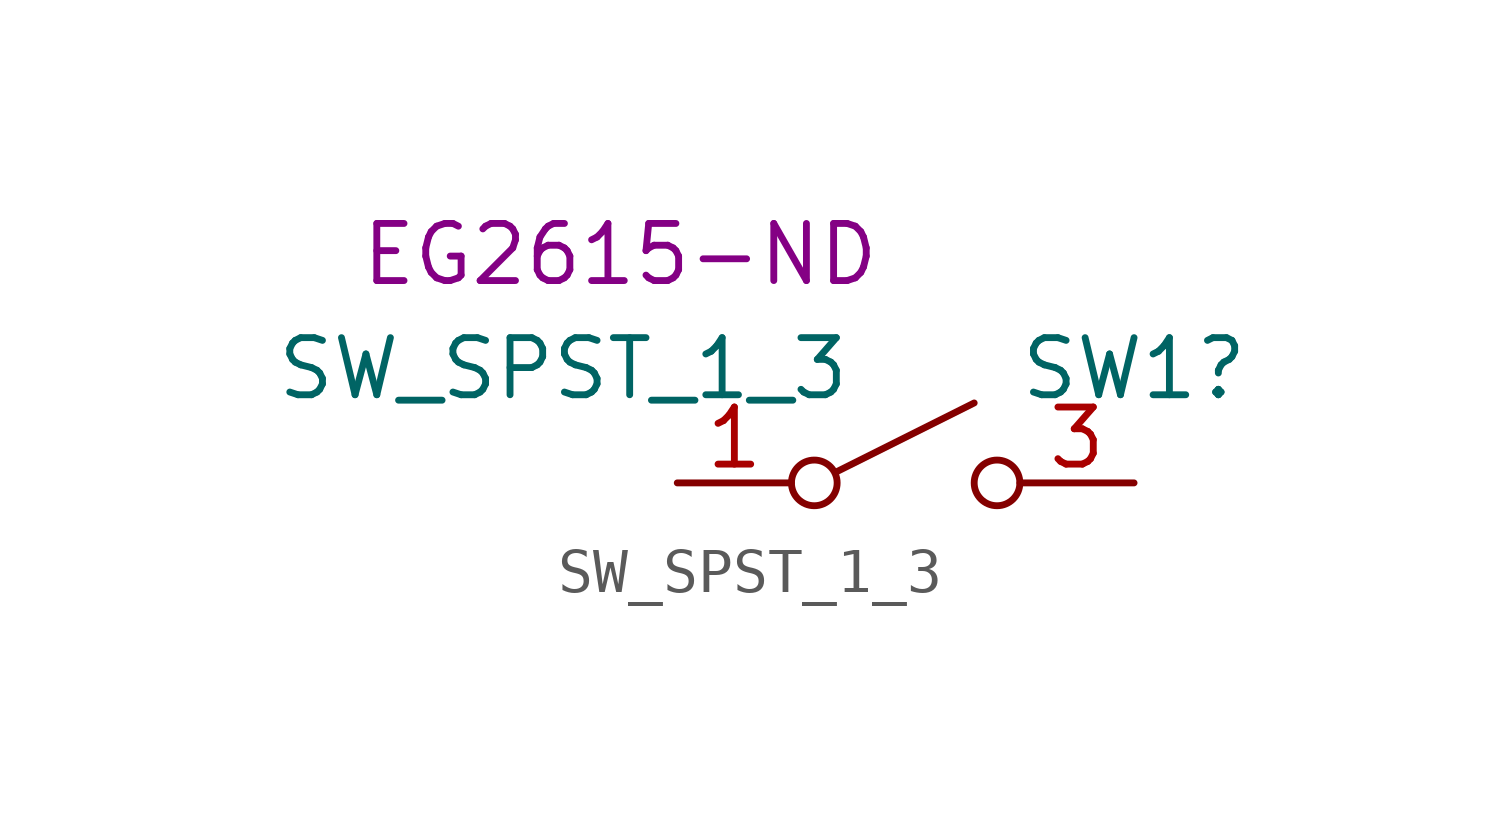
<source format=kicad_sym>
(kicad_symbol_lib
  (version 20220914)
  (generator kicad_symbol_editor)
  (symbol "SW_SPST_1_3"
    (pin_names
      (offset 0) hide)
    (property "Reference" "SW1"
      (at 5.08 2.54 0)
      (effects (font (size 1.27 1.27))))
    (property "Value" "SW_SPST_1_3"
      (at -7.62 2.54 0)
      (effects (font (size 1.27 1.27))))
    (property "CatNo" "EG2615-ND"
      (at -6.35 5.08 0)
      (effects (font (size 1.27 1.27))))
    (symbol "SW_SPST_1_3_0_0"
      (circle (center -2.032 0) (radius 0.508) (stroke (width 0) (type default)) (fill (type none)))
      (polyline (pts (xy -1.524 0.254) (xy 1.524 1.778)) (stroke (width 0) (type default)) (fill (type none)))
      (circle (center 2.032 0) (radius 0.508) (stroke (width 0) (type default)) (fill (type none))))
    (symbol "SW_SPST_1_3_1_1"
      (pin passive line (at -5.08 0 0) (length 2.54) (name "A" (effects (font (size 1.27 1.27)))) (number "1" (effects (font (size 1.27 1.27)))))
      (pin passive line (at 5.08 0 180) (length 2.54) (name "B" (effects (font (size 1.27 1.27)))) (number "3" (effects (font (size 1.27 1.27))))))))
</source>
